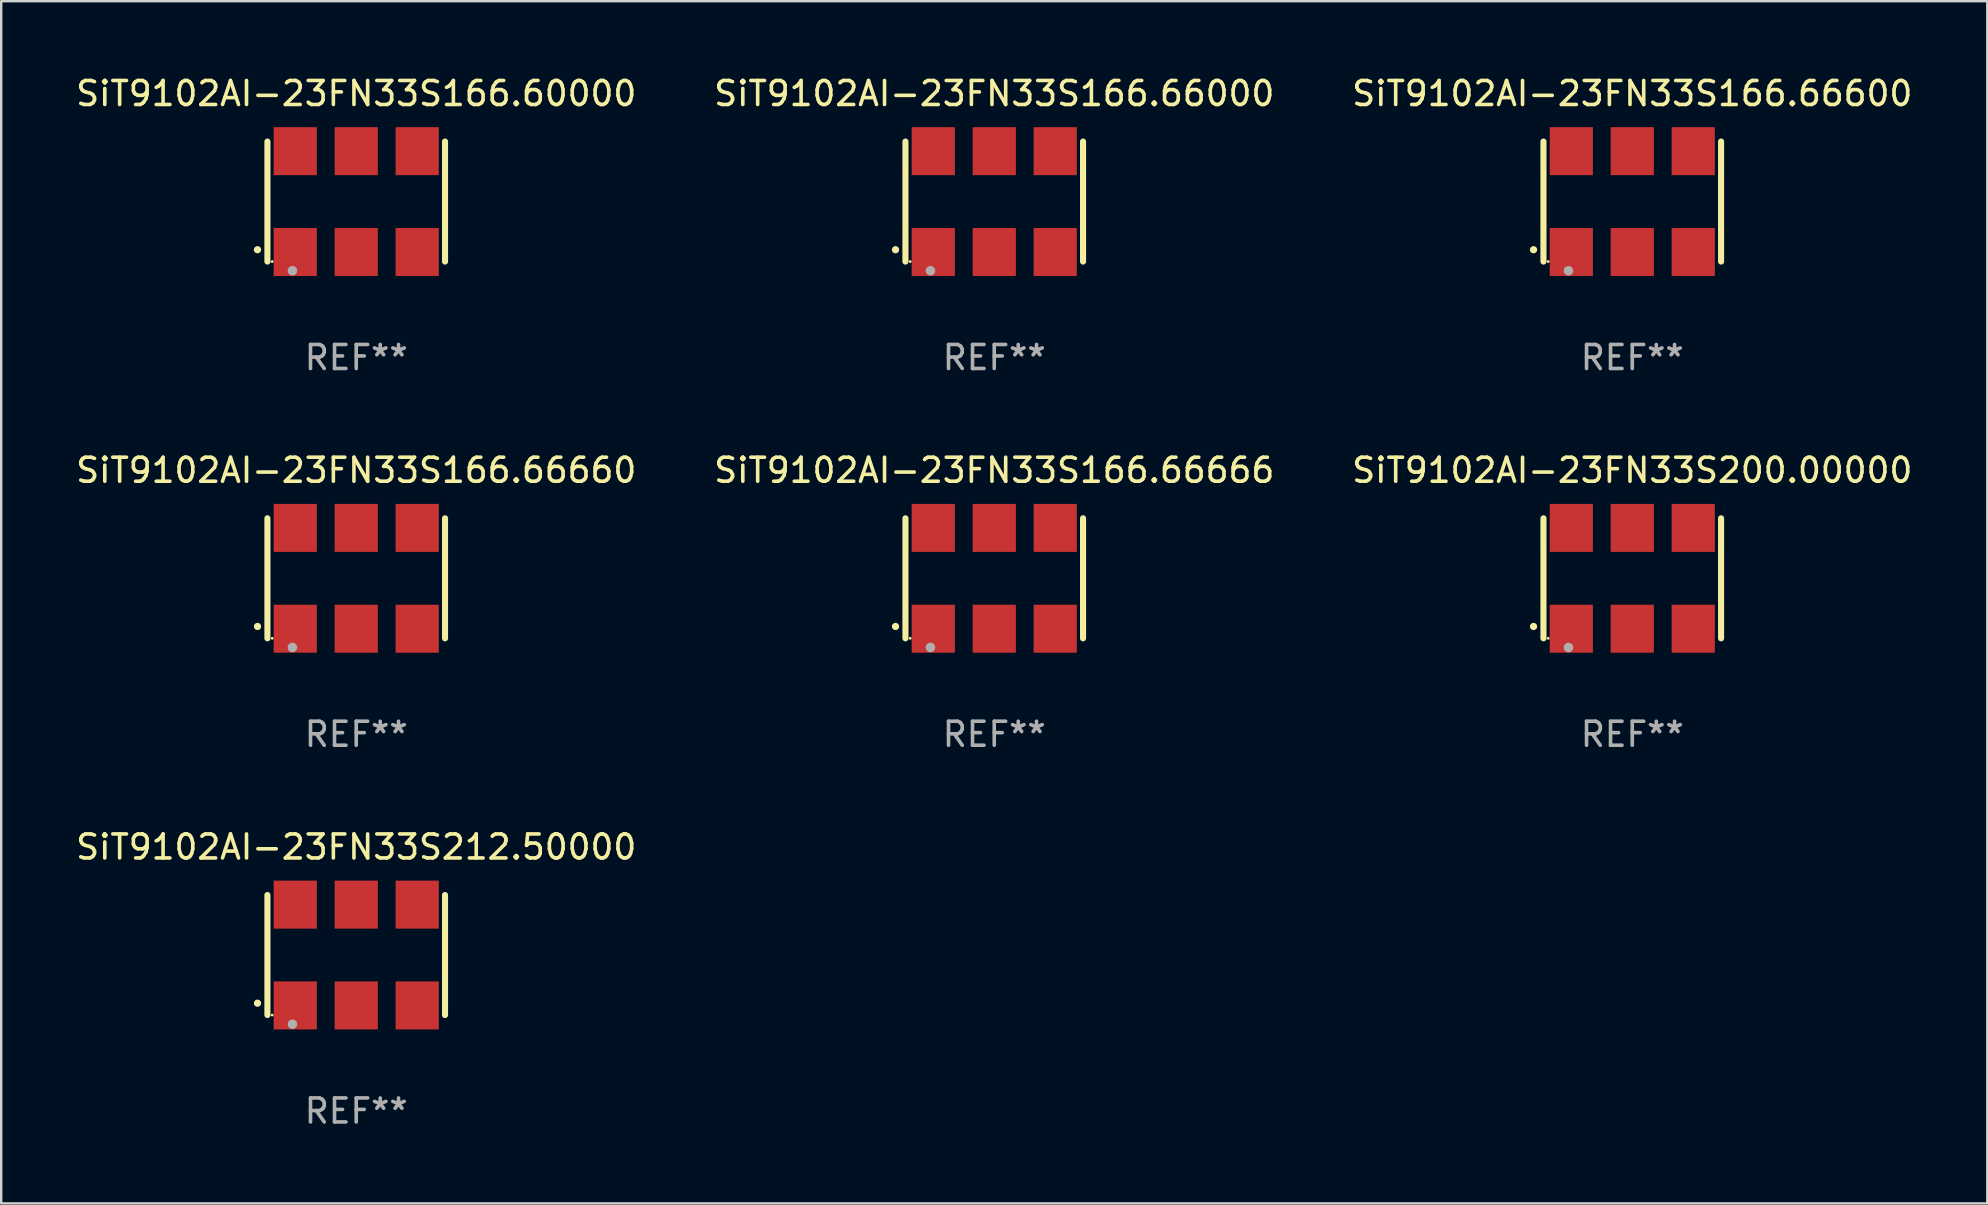
<source format=kicad_pcb>
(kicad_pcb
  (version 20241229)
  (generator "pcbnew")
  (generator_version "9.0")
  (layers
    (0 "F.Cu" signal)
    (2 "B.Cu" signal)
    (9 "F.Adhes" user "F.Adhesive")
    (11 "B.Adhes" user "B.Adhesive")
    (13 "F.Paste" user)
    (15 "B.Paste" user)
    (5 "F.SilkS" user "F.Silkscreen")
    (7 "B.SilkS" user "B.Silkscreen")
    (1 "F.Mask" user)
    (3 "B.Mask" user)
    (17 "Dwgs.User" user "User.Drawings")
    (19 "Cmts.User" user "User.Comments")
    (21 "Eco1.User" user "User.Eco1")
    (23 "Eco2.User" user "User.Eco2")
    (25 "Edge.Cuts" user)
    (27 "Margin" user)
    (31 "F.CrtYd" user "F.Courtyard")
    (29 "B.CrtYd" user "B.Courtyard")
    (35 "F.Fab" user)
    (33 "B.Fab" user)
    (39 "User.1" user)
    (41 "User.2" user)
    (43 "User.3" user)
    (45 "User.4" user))
  (footprint "SiT9102AI-23FN33S200.00000"
    (layer "F.Cu")
    (at 64.958 21.045)
    (property "Reference" "SiT9102AI-23FN33S200.00000" (at 0 -4.5 0) (layer "F.SilkS") (effects (font (size 1 1) (thickness 0.15))))
    (attr through_hole)
    (fp_line (start -3.7 -2.5) (end -3.7 2.5) (stroke (width 0.254) (type solid)) (layer "F.SilkS"))
    (fp_line (start 3.7 -2.5) (end 3.7 2.5) (stroke (width 0.254) (type solid)) (layer "F.SilkS"))
    (fp_arc (start -4.114415 2.006604) (mid -4.113145 2.006599) (end -4.111875 2.006604) (stroke (width 0.3) (type solid)) (layer "F.SilkS"))
    (fp_circle (center -3.502 2.5) (end -3.472 2.5) (stroke (width 0.06) (type solid)) (fill no) (layer "F.SilkS"))
    (fp_circle (center -2.657 2.882) (end -2.557 2.882) (stroke (width 0.2) (type solid)) (fill no) (layer "F.Fab"))
    (fp_text user "REF**" (at 0 6.5 0) (layer "F.Fab") (effects (font (size 1 1) (thickness 0.15))))
    (pad "1" smd rect (at -2.54 2.1) (size 1.8 2) (layers "F.Cu" "F.Mask" "F.Paste"))
    (pad "2" smd rect (at 0.000394 2.1) (size 1.8 2) (layers "F.Cu" "F.Mask" "F.Paste"))
    (pad "3" smd rect (at 2.54 2.1) (size 1.8 2) (layers "F.Cu" "F.Mask" "F.Paste"))
    (pad "4" smd rect (at 2.54 -2.1) (size 1.8 2) (layers "F.Cu" "F.Mask" "F.Paste"))
    (pad "5" smd rect (at 0.000394 -2.1) (size 1.8 2) (layers "F.Cu" "F.Mask" "F.Paste"))
    (pad "6" smd rect (at -2.54 -2.1) (size 1.8 2) (layers "F.Cu" "F.Mask" "F.Paste")))
  (footprint "SiT9102AI-23FN33S166.66600"
    (layer "F.Cu")
    (at 64.958 5.348)
    (property "Reference" "SiT9102AI-23FN33S166.66600" (at 0 -4.5 0) (layer "F.SilkS") (effects (font (size 1 1) (thickness 0.15))))
    (attr through_hole)
    (fp_line (start -3.7 -2.5) (end -3.7 2.5) (stroke (width 0.254) (type solid)) (layer "F.SilkS"))
    (fp_line (start 3.7 -2.5) (end 3.7 2.5) (stroke (width 0.254) (type solid)) (layer "F.SilkS"))
    (fp_arc (start -4.114415 2.006604) (mid -4.113145 2.006599) (end -4.111875 2.006604) (stroke (width 0.3) (type solid)) (layer "F.SilkS"))
    (fp_circle (center -3.502 2.5) (end -3.472 2.5) (stroke (width 0.06) (type solid)) (fill no) (layer "F.SilkS"))
    (fp_circle (center -2.657 2.882) (end -2.557 2.882) (stroke (width 0.2) (type solid)) (fill no) (layer "F.Fab"))
    (fp_text user "REF**" (at 0 6.5 0) (layer "F.Fab") (effects (font (size 1 1) (thickness 0.15))))
    (pad "1" smd rect (at -2.54 2.1) (size 1.8 2) (layers "F.Cu" "F.Mask" "F.Paste"))
    (pad "2" smd rect (at 0.000394 2.1) (size 1.8 2) (layers "F.Cu" "F.Mask" "F.Paste"))
    (pad "3" smd rect (at 2.54 2.1) (size 1.8 2) (layers "F.Cu" "F.Mask" "F.Paste"))
    (pad "4" smd rect (at 2.54 -2.1) (size 1.8 2) (layers "F.Cu" "F.Mask" "F.Paste"))
    (pad "5" smd rect (at 0.000394 -2.1) (size 1.8 2) (layers "F.Cu" "F.Mask" "F.Paste"))
    (pad "6" smd rect (at -2.54 -2.1) (size 1.8 2) (layers "F.Cu" "F.Mask" "F.Paste")))
  (footprint "SiT9102AI-23FN33S166.66660"
    (layer "F.Cu")
    (at 11.792 21.045)
    (property "Reference" "SiT9102AI-23FN33S166.66660" (at 0 -4.5 0) (layer "F.SilkS") (effects (font (size 1 1) (thickness 0.15))))
    (attr through_hole)
    (fp_line (start -3.7 -2.5) (end -3.7 2.5) (stroke (width 0.254) (type solid)) (layer "F.SilkS"))
    (fp_line (start 3.7 -2.5) (end 3.7 2.5) (stroke (width 0.254) (type solid)) (layer "F.SilkS"))
    (fp_arc (start -4.114415 2.006604) (mid -4.113145 2.006599) (end -4.111875 2.006604) (stroke (width 0.3) (type solid)) (layer "F.SilkS"))
    (fp_circle (center -3.502 2.5) (end -3.472 2.5) (stroke (width 0.06) (type solid)) (fill no) (layer "F.SilkS"))
    (fp_circle (center -2.657 2.882) (end -2.557 2.882) (stroke (width 0.2) (type solid)) (fill no) (layer "F.Fab"))
    (fp_text user "REF**" (at 0 6.5 0) (layer "F.Fab") (effects (font (size 1 1) (thickness 0.15))))
    (pad "1" smd rect (at -2.54 2.1) (size 1.8 2) (layers "F.Cu" "F.Mask" "F.Paste"))
    (pad "2" smd rect (at 0.000394 2.1) (size 1.8 2) (layers "F.Cu" "F.Mask" "F.Paste"))
    (pad "3" smd rect (at 2.54 2.1) (size 1.8 2) (layers "F.Cu" "F.Mask" "F.Paste"))
    (pad "4" smd rect (at 2.54 -2.1) (size 1.8 2) (layers "F.Cu" "F.Mask" "F.Paste"))
    (pad "5" smd rect (at 0.000394 -2.1) (size 1.8 2) (layers "F.Cu" "F.Mask" "F.Paste"))
    (pad "6" smd rect (at -2.54 -2.1) (size 1.8 2) (layers "F.Cu" "F.Mask" "F.Paste")))
  (footprint "SiT9102AI-23FN33S166.66666"
    (layer "F.Cu")
    (at 38.375 21.045)
    (property "Reference" "SiT9102AI-23FN33S166.66666" (at 0 -4.5 0) (layer "F.SilkS") (effects (font (size 1 1) (thickness 0.15))))
    (attr through_hole)
    (fp_line (start -3.7 -2.5) (end -3.7 2.5) (stroke (width 0.254) (type solid)) (layer "F.SilkS"))
    (fp_line (start 3.7 -2.5) (end 3.7 2.5) (stroke (width 0.254) (type solid)) (layer "F.SilkS"))
    (fp_arc (start -4.114415 2.006604) (mid -4.113145 2.006599) (end -4.111875 2.006604) (stroke (width 0.3) (type solid)) (layer "F.SilkS"))
    (fp_circle (center -3.502 2.5) (end -3.472 2.5) (stroke (width 0.06) (type solid)) (fill no) (layer "F.SilkS"))
    (fp_circle (center -2.657 2.882) (end -2.557 2.882) (stroke (width 0.2) (type solid)) (fill no) (layer "F.Fab"))
    (fp_text user "REF**" (at 0 6.5 0) (layer "F.Fab") (effects (font (size 1 1) (thickness 0.15))))
    (pad "1" smd rect (at -2.54 2.1) (size 1.8 2) (layers "F.Cu" "F.Mask" "F.Paste"))
    (pad "2" smd rect (at 0.000394 2.1) (size 1.8 2) (layers "F.Cu" "F.Mask" "F.Paste"))
    (pad "3" smd rect (at 2.54 2.1) (size 1.8 2) (layers "F.Cu" "F.Mask" "F.Paste"))
    (pad "4" smd rect (at 2.54 -2.1) (size 1.8 2) (layers "F.Cu" "F.Mask" "F.Paste"))
    (pad "5" smd rect (at 0.000394 -2.1) (size 1.8 2) (layers "F.Cu" "F.Mask" "F.Paste"))
    (pad "6" smd rect (at -2.54 -2.1) (size 1.8 2) (layers "F.Cu" "F.Mask" "F.Paste")))
  (footprint "SiT9102AI-23FN33S166.60000"
    (layer "F.Cu")
    (at 11.792 5.348)
    (property "Reference" "SiT9102AI-23FN33S166.60000" (at 0 -4.5 0) (layer "F.SilkS") (effects (font (size 1 1) (thickness 0.15))))
    (attr through_hole)
    (fp_line (start -3.7 -2.5) (end -3.7 2.5) (stroke (width 0.254) (type solid)) (layer "F.SilkS"))
    (fp_line (start 3.7 -2.5) (end 3.7 2.5) (stroke (width 0.254) (type solid)) (layer "F.SilkS"))
    (fp_arc (start -4.114415 2.006604) (mid -4.113145 2.006599) (end -4.111875 2.006604) (stroke (width 0.3) (type solid)) (layer "F.SilkS"))
    (fp_circle (center -3.502 2.5) (end -3.472 2.5) (stroke (width 0.06) (type solid)) (fill no) (layer "F.SilkS"))
    (fp_circle (center -2.657 2.882) (end -2.557 2.882) (stroke (width 0.2) (type solid)) (fill no) (layer "F.Fab"))
    (fp_text user "REF**" (at 0 6.5 0) (layer "F.Fab") (effects (font (size 1 1) (thickness 0.15))))
    (pad "1" smd rect (at -2.54 2.1) (size 1.8 2) (layers "F.Cu" "F.Mask" "F.Paste"))
    (pad "2" smd rect (at 0.000394 2.1) (size 1.8 2) (layers "F.Cu" "F.Mask" "F.Paste"))
    (pad "3" smd rect (at 2.54 2.1) (size 1.8 2) (layers "F.Cu" "F.Mask" "F.Paste"))
    (pad "4" smd rect (at 2.54 -2.1) (size 1.8 2) (layers "F.Cu" "F.Mask" "F.Paste"))
    (pad "5" smd rect (at 0.000394 -2.1) (size 1.8 2) (layers "F.Cu" "F.Mask" "F.Paste"))
    (pad "6" smd rect (at -2.54 -2.1) (size 1.8 2) (layers "F.Cu" "F.Mask" "F.Paste")))
  (footprint "SiT9102AI-23FN33S166.66000"
    (layer "F.Cu")
    (at 38.375 5.348)
    (property "Reference" "SiT9102AI-23FN33S166.66000" (at 0 -4.5 0) (layer "F.SilkS") (effects (font (size 1 1) (thickness 0.15))))
    (attr through_hole)
    (fp_line (start -3.7 -2.5) (end -3.7 2.5) (stroke (width 0.254) (type solid)) (layer "F.SilkS"))
    (fp_line (start 3.7 -2.5) (end 3.7 2.5) (stroke (width 0.254) (type solid)) (layer "F.SilkS"))
    (fp_arc (start -4.114415 2.006604) (mid -4.113145 2.006599) (end -4.111875 2.006604) (stroke (width 0.3) (type solid)) (layer "F.SilkS"))
    (fp_circle (center -3.502 2.5) (end -3.472 2.5) (stroke (width 0.06) (type solid)) (fill no) (layer "F.SilkS"))
    (fp_circle (center -2.657 2.882) (end -2.557 2.882) (stroke (width 0.2) (type solid)) (fill no) (layer "F.Fab"))
    (fp_text user "REF**" (at 0 6.5 0) (layer "F.Fab") (effects (font (size 1 1) (thickness 0.15))))
    (pad "1" smd rect (at -2.54 2.1) (size 1.8 2) (layers "F.Cu" "F.Mask" "F.Paste"))
    (pad "2" smd rect (at 0.000394 2.1) (size 1.8 2) (layers "F.Cu" "F.Mask" "F.Paste"))
    (pad "3" smd rect (at 2.54 2.1) (size 1.8 2) (layers "F.Cu" "F.Mask" "F.Paste"))
    (pad "4" smd rect (at 2.54 -2.1) (size 1.8 2) (layers "F.Cu" "F.Mask" "F.Paste"))
    (pad "5" smd rect (at 0.000394 -2.1) (size 1.8 2) (layers "F.Cu" "F.Mask" "F.Paste"))
    (pad "6" smd rect (at -2.54 -2.1) (size 1.8 2) (layers "F.Cu" "F.Mask" "F.Paste")))
  (footprint "SiT9102AI-23FN33S212.50000"
    (layer "F.Cu")
    (at 11.792 36.741)
    (property "Reference" "SiT9102AI-23FN33S212.50000" (at 0 -4.5 0) (layer "F.SilkS") (effects (font (size 1 1) (thickness 0.15))))
    (attr through_hole)
    (fp_line (start -3.7 -2.5) (end -3.7 2.5) (stroke (width 0.254) (type solid)) (layer "F.SilkS"))
    (fp_line (start 3.7 -2.5) (end 3.7 2.5) (stroke (width 0.254) (type solid)) (layer "F.SilkS"))
    (fp_arc (start -4.114415 2.006604) (mid -4.113145 2.006599) (end -4.111875 2.006604) (stroke (width 0.3) (type solid)) (layer "F.SilkS"))
    (fp_circle (center -3.502 2.5) (end -3.472 2.5) (stroke (width 0.06) (type solid)) (fill no) (layer "F.SilkS"))
    (fp_circle (center -2.657 2.882) (end -2.557 2.882) (stroke (width 0.2) (type solid)) (fill no) (layer "F.Fab"))
    (fp_text user "REF**" (at 0 6.5 0) (layer "F.Fab") (effects (font (size 1 1) (thickness 0.15))))
    (pad "1" smd rect (at -2.54 2.1) (size 1.8 2) (layers "F.Cu" "F.Mask" "F.Paste"))
    (pad "2" smd rect (at 0.000394 2.1) (size 1.8 2) (layers "F.Cu" "F.Mask" "F.Paste"))
    (pad "3" smd rect (at 2.54 2.1) (size 1.8 2) (layers "F.Cu" "F.Mask" "F.Paste"))
    (pad "4" smd rect (at 2.54 -2.1) (size 1.8 2) (layers "F.Cu" "F.Mask" "F.Paste"))
    (pad "5" smd rect (at 0.000394 -2.1) (size 1.8 2) (layers "F.Cu" "F.Mask" "F.Paste"))
    (pad "6" smd rect (at -2.54 -2.1) (size 1.8 2) (layers "F.Cu" "F.Mask" "F.Paste")))
  (gr_rect
    (start -3 -3)
    (end 79.75 47.09)
    (stroke (width 0.1) (type default))
    (fill no)
    (layer "Edge.Cuts")))
</source>
